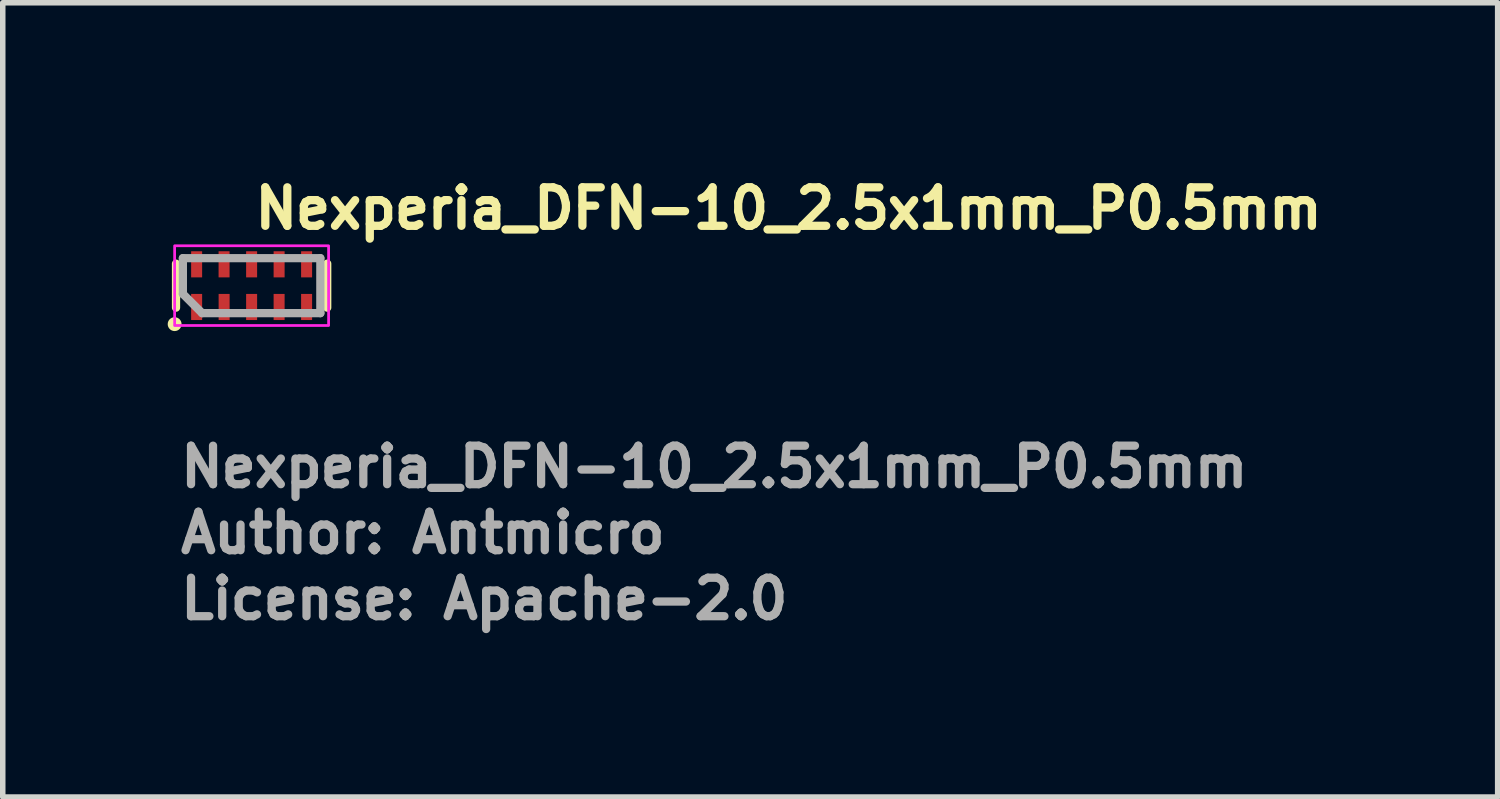
<source format=kicad_pcb>
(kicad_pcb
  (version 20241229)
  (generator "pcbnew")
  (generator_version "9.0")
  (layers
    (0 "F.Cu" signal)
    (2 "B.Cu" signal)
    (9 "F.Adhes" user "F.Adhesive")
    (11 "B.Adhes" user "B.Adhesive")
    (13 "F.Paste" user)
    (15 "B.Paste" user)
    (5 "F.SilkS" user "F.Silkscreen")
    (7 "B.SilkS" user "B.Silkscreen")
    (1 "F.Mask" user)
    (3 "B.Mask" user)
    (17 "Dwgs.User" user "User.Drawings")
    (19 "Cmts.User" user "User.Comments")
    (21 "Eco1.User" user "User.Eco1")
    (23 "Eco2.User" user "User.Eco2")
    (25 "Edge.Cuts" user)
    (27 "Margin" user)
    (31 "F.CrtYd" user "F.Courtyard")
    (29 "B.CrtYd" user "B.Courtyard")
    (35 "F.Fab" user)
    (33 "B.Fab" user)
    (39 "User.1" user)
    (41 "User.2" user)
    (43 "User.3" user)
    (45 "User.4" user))
  (footprint "Nexperia_DFN-10_2.5x1mm_P0.5mm"
    (layer "F.Cu")
    (at 1.526 2.145)
    (property "Reference" "Nexperia_DFN-10_2.5x1mm_P0.5mm" (at -0.016 -0.995 0) (layer "F.SilkS") (effects (font (size 0.7 0.7) (thickness 0.15)) (justify left bottom)))
    (attr smd)
    (fp_line (start -1.375 -0.4) (end -1.375 0.4) (stroke (width 0.15) (type solid)) (layer "F.SilkS"))
    (fp_line (start 1.375 0.4) (end 1.375 -0.4) (stroke (width 0.15) (type solid)) (layer "F.SilkS"))
    (fp_circle (center -1.4 0.7) (end -1.349 0.7) (stroke (width 0.15) (type solid)) (fill yes) (layer "F.SilkS"))
    (fp_rect (start -1.4 -0.725) (end 1.4 0.725) (stroke (width 0.05) (type solid)) (fill no) (layer "F.CrtYd"))
    (fp_line (start -1.25 -0.5) (end -1.25 0.15) (stroke (width 0.15) (type solid)) (layer "F.Fab"))
    (fp_line (start -1.25 0.15) (end -0.9 0.5) (stroke (width 0.15) (type solid)) (layer "F.Fab"))
    (fp_line (start -0.9 0.5) (end 1.25 0.5) (stroke (width 0.15) (type solid)) (layer "F.Fab"))
    (fp_line (start 1.25 -0.5) (end -1.25 -0.5) (stroke (width 0.15) (type solid)) (layer "F.Fab"))
    (fp_line (start 1.25 0.5) (end 1.25 -0.5) (stroke (width 0.15) (type solid)) (layer "F.Fab"))
    (fp_rect (start -1.25 -0.5) (end 1.25 0.5) (stroke (width 0.15) (type solid)) (fill no) (layer "User.5"))
    (fp_line (start -0.301 0.329) (end -0.132 -0.001) (stroke (width 0.02) (type solid)) (layer "User.9"))
    (fp_line (start -0.293 -0.346) (end -0.202 -0.346) (stroke (width 0.02) (type solid)) (layer "User.9"))
    (fp_line (start -0.202 0.344) (end -0.293 0.344) (stroke (width 0.02) (type solid)) (layer "User.9"))
    (fp_line (start -0.178 -0.33) (end -0.032 -0.046) (stroke (width 0.02) (type solid)) (layer "User.9"))
    (fp_line (start -0.132 -0.001) (end -0.301 -0.33) (stroke (width 0.02) (type solid)) (layer "User.9"))
    (fp_line (start -0.032 0.046) (end -0.178 0.329) (stroke (width 0.02) (type solid)) (layer "User.9"))
    (fp_line (start 0.032 -0.046) (end 0.178 -0.33) (stroke (width 0.02) (type solid)) (layer "User.9"))
    (fp_line (start 0.13 -0.001) (end 0.299 0.329) (stroke (width 0.02) (type solid)) (layer "User.9"))
    (fp_line (start 0.178 0.329) (end 0.032 0.046) (stroke (width 0.02) (type solid)) (layer "User.9"))
    (fp_line (start 0.201 -0.346) (end 0.291 -0.346) (stroke (width 0.02) (type solid)) (layer "User.9"))
    (fp_line (start 0.291 0.344) (end 0.201 0.344) (stroke (width 0.02) (type solid)) (layer "User.9"))
    (fp_line (start 0.299 -0.33) (end 0.13 -0.001) (stroke (width 0.02) (type solid)) (layer "User.9"))
    (fp_rect (start -1.25 -0.5) (end 1.25 0.5) (stroke (width 0.02) (type solid)) (fill no) (layer "User.9"))
    (fp_arc (start -0.30111 -0.33) (mid -0.302195 -0.340543) (end -0.29311 -0.346) (stroke (width 0.02) (type solid)) (layer "User.9"))
    (fp_arc (start -0.29311 0.344) (mid -0.30006 0.339196) (end -0.30211 0.331) (stroke (width 0.02) (type solid)) (layer "User.9"))
    (fp_arc (start -0.20211 -0.346) (mid -0.188064 -0.341069) (end -0.17811 -0.33) (stroke (width 0.02) (type solid)) (layer "User.9"))
    (fp_arc (start -0.179156 0.330931) (mid -0.188716 0.340833) (end -0.20211 0.344) (stroke (width 0.02) (type solid)) (layer "User.9"))
    (fp_arc (start -0.03211 -0.046) (mid -0.020714 0) (end -0.03211 0.046) (stroke (width 0.02) (type solid)) (layer "User.9"))
    (fp_arc (start 0.03189 0.046) (mid 0.021 0) (end 0.03189 -0.046) (stroke (width 0.02) (type solid)) (layer "User.9"))
    (fp_arc (start 0.17789 -0.33) (mid 0.187429 -0.340819) (end 0.20089 -0.346) (stroke (width 0.02) (type solid)) (layer "User.9"))
    (fp_arc (start 0.20089 0.344) (mid 0.1877 0.339098) (end 0.17789 0.329) (stroke (width 0.02) (type solid)) (layer "User.9"))
    (fp_arc (start 0.29089 -0.346) (mid 0.29859 -0.33985) (end 0.29889 -0.33) (stroke (width 0.02) (type solid)) (layer "User.9"))
    (fp_arc (start 0.29889 0.329) (mid 0.298292 0.338321) (end 0.29089 0.344) (stroke (width 0.02) (type solid)) (layer "User.9"))
    (fp_circle (center 0.419 0.314) (end 0.47 0.314) (stroke (width 0.02) (type solid)) (fill no) (layer "User.9"))
    (fp_text user "${REFERENCE}" (at -1.367 3.704 0) (layer "F.Fab") (effects (font (size 0.7 0.7) (thickness 0.15)) (justify left bottom)))
    (fp_text user "Author: Antmicro" (at -1.367 4.905 0) (layer "F.Fab") (effects (font (size 0.7 0.7) (thickness 0.15)) (justify left bottom)))
    (fp_text user "License: Apache-2.0" (at -1.367 6.105 0) (layer "F.Fab") (effects (font (size 0.7 0.7) (thickness 0.15)) (justify left bottom)))
    (pad "1" smd rect (at -1 0.388) (size 0.2 0.475) (layers "F.Cu" "F.Mask" "F.Paste"))
    (pad "2" smd rect (at -0.5 0.388) (size 0.2 0.475) (layers "F.Cu" "F.Mask" "F.Paste"))
    (pad "3" smd rect (at 0 0.388) (size 0.2 0.475) (layers "F.Cu" "F.Mask" "F.Paste"))
    (pad "4" smd rect (at 0.5 0.388) (size 0.2 0.475) (layers "F.Cu" "F.Mask" "F.Paste"))
    (pad "5" smd rect (at 1 0.388) (size 0.2 0.475) (layers "F.Cu" "F.Mask" "F.Paste"))
    (pad "6" smd rect (at 1 -0.388) (size 0.2 0.475) (layers "F.Cu" "F.Mask" "F.Paste"))
    (pad "7" smd rect (at 0.5 -0.388) (size 0.2 0.475) (layers "F.Cu" "F.Mask" "F.Paste"))
    (pad "8" smd rect (at 0 -0.388) (size 0.2 0.475) (layers "F.Cu" "F.Mask" "F.Paste"))
    (pad "9" smd rect (at -0.501 -0.388) (size 0.2 0.475) (layers "F.Cu" "F.Mask" "F.Paste"))
    (pad "10" smd rect (at -1 -0.388) (size 0.2 0.475) (layers "F.Cu" "F.Mask" "F.Paste")))
  (gr_rect
    (start -3 -3)
    (end 24.187 11.445)
    (stroke (width 0.1) (type default))
    (fill no)
    (layer "Edge.Cuts")))
</source>
